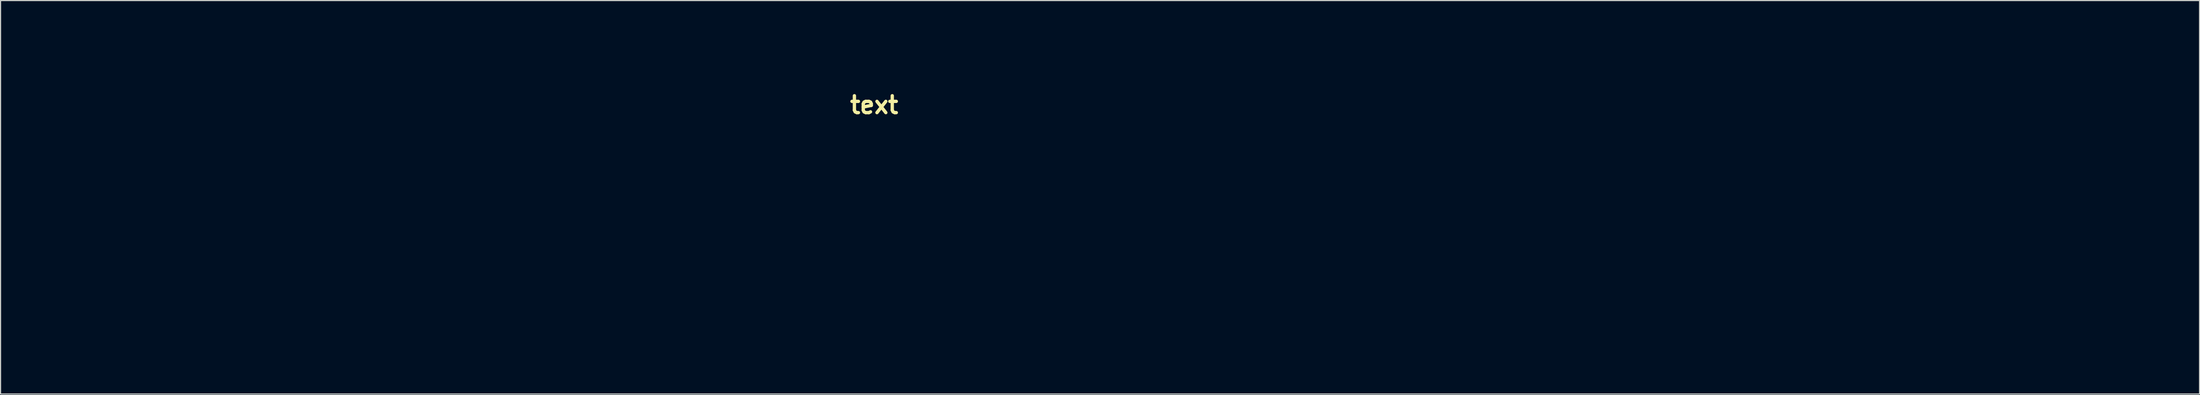
<source format=kicad_pcb>
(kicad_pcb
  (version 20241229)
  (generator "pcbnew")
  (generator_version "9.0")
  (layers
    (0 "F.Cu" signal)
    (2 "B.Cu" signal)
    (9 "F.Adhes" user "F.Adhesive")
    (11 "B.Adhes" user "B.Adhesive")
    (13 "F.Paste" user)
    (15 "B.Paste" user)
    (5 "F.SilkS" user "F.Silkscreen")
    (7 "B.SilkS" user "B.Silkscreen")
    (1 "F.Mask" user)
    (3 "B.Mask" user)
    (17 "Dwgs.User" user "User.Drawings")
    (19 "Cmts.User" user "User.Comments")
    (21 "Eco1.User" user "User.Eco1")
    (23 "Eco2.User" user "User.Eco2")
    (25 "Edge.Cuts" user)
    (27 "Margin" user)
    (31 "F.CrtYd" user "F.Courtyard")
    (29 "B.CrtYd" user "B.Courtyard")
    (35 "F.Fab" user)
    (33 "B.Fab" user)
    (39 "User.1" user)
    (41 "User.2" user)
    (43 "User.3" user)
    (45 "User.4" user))
  (footprint "text"
    (layer "F.Cu")
    (at 75.69 6.418)
    (property "Reference" "text" (at 0 0 0) (layer "F.SilkS") (effects (font (size 1.524 1.524) (thickness 0.3))))
    (attr through_hole)
    (fp_poly (pts (xy 112.548 22.168) (xy 112.656 22.287) (xy 112.679 22.4) (xy 112.634 22.701) (xy 112.457 22.93) (xy 112.202 23.048) (xy 111.923 23.016) (xy 111.875 22.991) (xy 111.731 22.806) (xy 111.714 22.538) (xy 111.826 22.265) (xy 111.829 22.261) (xy 112.022 22.131) (xy 112.304 22.117) (xy 112.548 22.168)) (stroke (width 0.01) (type solid)) (fill yes) (layer "F.Mask"))
    (fp_poly (pts (xy 24.612 -6.367) (xy 24.93 -6.309) (xy 25.053 -6.257) (xy 25.3 -6.095) (xy 25.3 6.605) (xy 25.043 6.702) (xy 24.776 6.759) (xy 24.386 6.79) (xy 23.938 6.795) (xy 23.498 6.776) (xy 23.129 6.734) (xy 22.9 6.671) (xy 22.65 6.544) (xy 22.624 0.235) (xy 22.619 -1.051) (xy 22.616 -2.151) (xy 22.615 -3.081) (xy 22.616 -3.855) (xy 22.62 -4.487) (xy 22.626 -4.993) (xy 22.636 -5.388) (xy 22.65 -5.684) (xy 22.667 -5.899) (xy 22.689 -6.045) (xy 22.715 -6.139) (xy 22.746 -6.194) (xy 22.764 -6.212) (xy 22.973 -6.298) (xy 23.32 -6.358) (xy 23.749 -6.39) (xy 24.199 -6.393) (xy 24.612 -6.367)) (stroke (width 0.01) (type solid)) (fill yes) (layer "F.Mask"))
    (fp_poly (pts (xy 115.704 18.953) (xy 116.066 19.106) (xy 116.272 19.291) (xy 116.375 19.562) (xy 116.385 19.932) (xy 116.303 20.325) (xy 116.264 20.428) (xy 116.083 20.728) (xy 115.779 21.101) (xy 115.391 21.504) (xy 114.957 21.895) (xy 114.852 21.981) (xy 114.454 22.3) (xy 116.013 22.3) (xy 115.981 22.625) (xy 115.95 22.95) (xy 114.625 22.978) (xy 113.3 23.006) (xy 113.3 22.713) (xy 113.341 22.507) (xy 113.482 22.284) (xy 113.754 22) (xy 113.823 21.935) (xy 114.335 21.452) (xy 114.715 21.073) (xy 114.982 20.775) (xy 115.159 20.533) (xy 115.261 20.339) (xy 115.349 19.993) (xy 115.28 19.769) (xy 115.065 19.671) (xy 114.712 19.709) (xy 114.539 19.762) (xy 114.201 19.855) (xy 114.015 19.835) (xy 113.96 19.694) (xy 113.987 19.531) (xy 114.154 19.254) (xy 114.458 19.052) (xy 114.851 18.932) (xy 115.283 18.897) (xy 115.704 18.953)) (stroke (width 0.01) (type solid)) (fill yes) (layer "F.Mask"))
    (fp_poly (pts (xy 110.86 18.909) (xy 111.265 18.93) (xy 111.558 18.959) (xy 111.689 18.991) (xy 111.756 19.072) (xy 111.762 19.208) (xy 111.699 19.418) (xy 111.558 19.719) (xy 111.331 20.13) (xy 111.008 20.669) (xy 110.582 21.355) (xy 110.573 21.371) (xy 109.55 22.999) (xy 109.075 23) (xy 108.798 22.988) (xy 108.627 22.96) (xy 108.6 22.94) (xy 108.652 22.841) (xy 108.797 22.602) (xy 109.018 22.252) (xy 109.296 21.817) (xy 109.6 21.35) (xy 109.918 20.861) (xy 110.194 20.43) (xy 110.412 20.085) (xy 110.553 19.854) (xy 110.6 19.764) (xy 110.508 19.735) (xy 110.262 19.707) (xy 109.91 19.685) (xy 109.775 19.679) (xy 109.371 19.662) (xy 109.128 19.638) (xy 109.008 19.593) (xy 108.971 19.514) (xy 108.977 19.408) (xy 109.015 19.203) (xy 109.097 19.062) (xy 109.256 18.973) (xy 109.525 18.924) (xy 109.934 18.904) (xy 110.387 18.902) (xy 110.86 18.909)) (stroke (width 0.01) (type solid)) (fill yes) (layer "F.Mask"))
    (fp_poly (pts (xy 103.974 18.922) (xy 104.546 18.935) (xy 104.948 18.95) (xy 105.212 18.972) (xy 105.367 19.006) (xy 105.443 19.056) (xy 105.472 19.128) (xy 105.476 19.15) (xy 105.451 19.408) (xy 105.283 19.577) (xy 104.95 19.675) (xy 104.785 19.697) (xy 104.258 19.75) (xy 103.934 21.35) (xy 103.825 21.887) (xy 103.731 22.351) (xy 103.659 22.708) (xy 103.615 22.925) (xy 103.605 22.975) (xy 103.513 22.991) (xy 103.289 22.999) (xy 103.2 23) (xy 102.941 22.985) (xy 102.828 22.921) (xy 102.804 22.776) (xy 102.804 22.775) (xy 102.825 22.598) (xy 102.88 22.268) (xy 102.962 21.827) (xy 103.061 21.318) (xy 103.095 21.15) (xy 103.213 20.551) (xy 103.282 20.124) (xy 103.307 19.849) (xy 103.289 19.705) (xy 103.266 19.677) (xy 103.099 19.63) (xy 102.822 19.604) (xy 102.725 19.602) (xy 102.439 19.584) (xy 102.321 19.505) (xy 102.339 19.322) (xy 102.399 19.154) (xy 102.497 18.895) (xy 103.974 18.922)) (stroke (width 0.01) (type solid)) (fill yes) (layer "F.Mask"))
    (fp_poly (pts (xy 101.757 18.905) (xy 101.914 18.948) (xy 101.919 18.953) (xy 101.919 19.064) (xy 101.883 19.335) (xy 101.817 19.729) (xy 101.727 20.211) (xy 101.686 20.419) (xy 101.519 21.174) (xy 101.353 21.757) (xy 101.176 22.193) (xy 100.975 22.509) (xy 100.737 22.733) (xy 100.528 22.855) (xy 100.084 22.998) (xy 99.563 23.064) (xy 99.064 23.046) (xy 98.842 22.998) (xy 98.532 22.858) (xy 98.314 22.644) (xy 98.185 22.336) (xy 98.141 21.913) (xy 98.179 21.355) (xy 98.294 20.641) (xy 98.374 20.25) (xy 98.65 18.95) (xy 98.988 18.918) (xy 99.24 18.918) (xy 99.399 18.962) (xy 99.406 18.968) (xy 99.417 19.092) (xy 99.391 19.371) (xy 99.331 19.763) (xy 99.244 20.229) (xy 99.24 20.25) (xy 99.113 20.912) (xy 99.042 21.408) (xy 99.028 21.766) (xy 99.072 22.014) (xy 99.176 22.179) (xy 99.328 22.281) (xy 99.689 22.352) (xy 100.053 22.257) (xy 100.353 22.018) (xy 100.426 21.914) (xy 100.509 21.708) (xy 100.614 21.353) (xy 100.727 20.899) (xy 100.836 20.394) (xy 100.841 20.364) (xy 100.939 19.88) (xy 101.029 19.465) (xy 101.101 19.161) (xy 101.147 19.006) (xy 101.15 18.999) (xy 101.281 18.937) (xy 101.515 18.903) (xy 101.757 18.905)) (stroke (width 0.01) (type solid)) (fill yes) (layer "F.Mask"))
    (fp_poly (pts (xy 107.894 18.917) (xy 108.097 18.96) (xy 108.144 18.99) (xy 108.146 19.118) (xy 108.112 19.4) (xy 108.048 19.796) (xy 107.963 20.266) (xy 107.861 20.768) (xy 107.752 21.262) (xy 107.749 21.275) (xy 107.745 21.448) (xy 107.876 21.499) (xy 107.904 21.5) (xy 108.046 21.533) (xy 108.09 21.668) (xy 108.081 21.825) (xy 108.023 22.067) (xy 107.882 22.17) (xy 107.819 22.183) (xy 107.668 22.219) (xy 107.576 22.308) (xy 107.508 22.503) (xy 107.456 22.725) (xy 107.394 22.903) (xy 107.268 22.981) (xy 107.012 23) (xy 106.989 23) (xy 106.582 23) (xy 106.65 22.6) (xy 106.718 22.2) (xy 105.1 22.2) (xy 105.1 21.861) (xy 105.124 21.685) (xy 105.205 21.472) (xy 105.217 21.451) (xy 105.959 21.451) (xy 106.087 21.489) (xy 106.379 21.5) (xy 106.882 21.5) (xy 107.003 20.775) (xy 107.067 20.412) (xy 107.125 20.128) (xy 107.165 19.981) (xy 107.168 19.975) (xy 107.172 19.901) (xy 107.165 19.9) (xy 107.087 19.973) (xy 106.918 20.17) (xy 106.691 20.452) (xy 106.594 20.575) (xy 106.342 20.899) (xy 106.131 21.172) (xy 105.995 21.347) (xy 105.973 21.375) (xy 105.959 21.451) (xy 105.217 21.451) (xy 105.356 21.201) (xy 105.592 20.85) (xy 105.926 20.399) (xy 106.372 19.826) (xy 106.571 19.575) (xy 106.835 19.25) (xy 107.021 19.05) (xy 107.178 18.946) (xy 107.352 18.906) (xy 107.59 18.9) (xy 107.598 18.9) (xy 107.894 18.917)) (stroke (width 0.01) (type solid)) (fill yes) (layer "F.Mask"))
    (fp_poly (pts (xy 4.197 -6.385) (xy 4.584 -6.348) (xy 4.841 -6.286) (xy 4.845 -6.284) (xy 5.1 -6.168) (xy 5.1 0.154) (xy 5.1 1.442) (xy 5.098 2.544) (xy 5.096 3.476) (xy 5.091 4.252) (xy 5.085 4.886) (xy 5.076 5.394) (xy 5.065 5.789) (xy 5.05 6.087) (xy 5.031 6.302) (xy 5.009 6.449) (xy 4.982 6.542) (xy 4.951 6.597) (xy 4.935 6.613) (xy 4.737 6.692) (xy 4.397 6.75) (xy 3.976 6.784) (xy 3.53 6.79) (xy 3.117 6.766) (xy 2.797 6.711) (xy 2.785 6.707) (xy 2.4 6.592) (xy 2.4 1.1) (xy -2.5 1.1) (xy -2.5 6.605) (xy -2.757 6.702) (xy -3.024 6.759) (xy -3.414 6.79) (xy -3.862 6.795) (xy -4.302 6.776) (xy -4.671 6.734) (xy -4.9 6.671) (xy -5.15 6.544) (xy -5.176 0.235) (xy -5.181 -1.051) (xy -5.184 -2.151) (xy -5.185 -3.081) (xy -5.184 -3.855) (xy -5.18 -4.487) (xy -5.174 -4.993) (xy -5.164 -5.388) (xy -5.15 -5.684) (xy -5.133 -5.899) (xy -5.111 -6.045) (xy -5.085 -6.139) (xy -5.054 -6.194) (xy -5.036 -6.212) (xy -4.851 -6.283) (xy -4.523 -6.339) (xy -4.109 -6.375) (xy -3.665 -6.39) (xy -3.249 -6.382) (xy -2.916 -6.347) (xy -2.777 -6.311) (xy -2.504 -6.206) (xy -2.45 -1.25) (xy -0.025 -1.223) (xy 2.4 -1.196) (xy 2.4 -6.168) (xy 2.655 -6.284) (xy 2.907 -6.346) (xy 3.292 -6.384) (xy 3.744 -6.397) (xy 4.197 -6.385)) (stroke (width 0.01) (type solid)) (fill yes) (layer "F.Mask"))
    (fp_poly (pts (xy -19.4 -6.395) (xy -19.025 -6.374) (xy -18.788 -6.33) (xy -18.659 -6.253) (xy -18.607 -6.135) (xy -18.6 -6.034) (xy -18.644 -5.895) (xy -18.769 -5.597) (xy -18.966 -5.161) (xy -19.225 -4.606) (xy -19.538 -3.952) (xy -19.894 -3.22) (xy -20.285 -2.429) (xy -20.5 -1.997) (xy -22.4 1.795) (xy -22.4 4.135) (xy -22.401 4.89) (xy -22.407 5.469) (xy -22.418 5.897) (xy -22.436 6.2) (xy -22.463 6.401) (xy -22.501 6.526) (xy -22.551 6.6) (xy -22.565 6.613) (xy -22.76 6.69) (xy -23.096 6.745) (xy -23.514 6.777) (xy -23.956 6.784) (xy -24.364 6.765) (xy -24.681 6.717) (xy -24.8 6.676) (xy -25.05 6.544) (xy -25.1 4.097) (xy -25.15 1.65) (xy -26.971 -1.95) (xy -27.372 -2.745) (xy -27.748 -3.492) (xy -28.087 -4.171) (xy -28.38 -4.761) (xy -28.617 -5.242) (xy -28.787 -5.593) (xy -28.88 -5.793) (xy -28.892 -5.822) (xy -28.946 -6.042) (xy -28.903 -6.2) (xy -28.743 -6.305) (xy -28.442 -6.367) (xy -27.98 -6.395) (xy -27.554 -6.4) (xy -27.036 -6.395) (xy -26.678 -6.375) (xy -26.44 -6.337) (xy -26.284 -6.274) (xy -26.215 -6.225) (xy -26.122 -6.091) (xy -25.964 -5.802) (xy -25.755 -5.39) (xy -25.509 -4.884) (xy -25.239 -4.315) (xy -24.961 -3.711) (xy -24.686 -3.103) (xy -24.431 -2.521) (xy -24.207 -1.996) (xy -24.03 -1.556) (xy -23.945 -1.325) (xy -23.835 -1.038) (xy -23.745 -0.849) (xy -23.705 -0.802) (xy -23.648 -0.89) (xy -23.539 -1.124) (xy -23.397 -1.463) (xy -23.313 -1.677) (xy -23.154 -2.072) (xy -22.934 -2.594) (xy -22.675 -3.19) (xy -22.402 -3.807) (xy -22.238 -4.169) (xy -22 -4.697) (xy -21.793 -5.164) (xy -21.633 -5.54) (xy -21.531 -5.792) (xy -21.5 -5.887) (xy -21.428 -6.011) (xy -21.254 -6.179) (xy -21.237 -6.193) (xy -21.089 -6.289) (xy -20.909 -6.35) (xy -20.651 -6.384) (xy -20.27 -6.398) (xy -19.945 -6.4) (xy -19.4 -6.395)) (stroke (width 0.01) (type solid)) (fill yes) (layer "F.Mask"))
    (fp_poly (pts (xy -67.15 -6.382) (xy -66.724 -6.325) (xy -66.455 -6.221) (xy -66.323 -6.064) (xy -66.3 -5.932) (xy -66.31 -5.821) (xy -66.345 -5.693) (xy -66.417 -5.533) (xy -66.537 -5.327) (xy -66.715 -5.057) (xy -66.96 -4.71) (xy -67.285 -4.269) (xy -67.7 -3.721) (xy -68.215 -3.048) (xy -68.84 -2.236) (xy -68.976 -2.06) (xy -69.287 -1.655) (xy -69.595 -1.25) (xy -69.852 -0.909) (xy -69.942 -0.787) (xy -70.282 -0.324) (xy -68.437 2.452) (xy -67.866 3.313) (xy -67.395 4.024) (xy -67.016 4.601) (xy -66.719 5.062) (xy -66.494 5.422) (xy -66.331 5.697) (xy -66.22 5.905) (xy -66.151 6.06) (xy -66.115 6.181) (xy -66.101 6.282) (xy -66.1 6.336) (xy -66.144 6.529) (xy -66.289 6.664) (xy -66.56 6.748) (xy -66.98 6.786) (xy -67.569 6.786) (xy -67.687 6.783) (xy -68.153 6.766) (xy -68.463 6.743) (xy -68.662 6.702) (xy -68.794 6.631) (xy -68.903 6.517) (xy -68.969 6.433) (xy -69.079 6.276) (xy -69.282 5.971) (xy -69.564 5.541) (xy -69.91 5.008) (xy -70.306 4.393) (xy -70.738 3.718) (xy -71.106 3.14) (xy -73 0.163) (xy -73 6.605) (xy -73.257 6.702) (xy -73.524 6.759) (xy -73.914 6.79) (xy -74.362 6.795) (xy -74.802 6.776) (xy -75.171 6.734) (xy -75.4 6.671) (xy -75.65 6.544) (xy -75.676 0.235) (xy -75.681 -1.051) (xy -75.684 -2.151) (xy -75.685 -3.081) (xy -75.684 -3.855) (xy -75.68 -4.487) (xy -75.674 -4.993) (xy -75.664 -5.388) (xy -75.65 -5.684) (xy -75.633 -5.899) (xy -75.611 -6.045) (xy -75.585 -6.139) (xy -75.554 -6.194) (xy -75.536 -6.212) (xy -75.351 -6.284) (xy -75.023 -6.339) (xy -74.609 -6.375) (xy -74.165 -6.39) (xy -73.749 -6.382) (xy -73.416 -6.347) (xy -73.277 -6.311) (xy -73.003 -6.206) (xy -72.95 -0.481) (xy -72.348 -1.366) (xy -71.648 -2.391) (xy -71.052 -3.263) (xy -70.549 -3.993) (xy -70.133 -4.593) (xy -69.794 -5.076) (xy -69.523 -5.453) (xy -69.313 -5.738) (xy -69.153 -5.942) (xy -69.037 -6.077) (xy -68.989 -6.125) (xy -68.839 -6.254) (xy -68.69 -6.335) (xy -68.49 -6.379) (xy -68.19 -6.397) (xy -67.753 -6.4) (xy -67.15 -6.382)) (stroke (width 0.01) (type solid)) (fill yes) (layer "F.Mask"))
    (fp_poly (pts (xy -45.433 -6.391) (xy -44.943 -6.374) (xy -44.578 -6.339) (xy -44.321 -6.279) (xy -44.153 -6.191) (xy -44.055 -6.067) (xy -44.009 -5.905) (xy -43.997 -5.697) (xy -43.999 -5.439) (xy -44 -5.3) (xy -44 -4.971) (xy -44.014 -4.716) (xy -44.066 -4.524) (xy -44.176 -4.386) (xy -44.368 -4.294) (xy -44.663 -4.239) (xy -45.085 -4.211) (xy -45.654 -4.201) (xy -46.393 -4.2) (xy -46.683 -4.2) (xy -49 -4.2) (xy -49 -1.1) (xy -47.007 -1.1) (xy -46.271 -1.1) (xy -45.71 -1.091) (xy -45.302 -1.063) (xy -45.022 -1.006) (xy -44.845 -0.908) (xy -44.749 -0.759) (xy -44.708 -0.547) (xy -44.7 -0.262) (xy -44.7 -0.058) (xy -44.702 0.278) (xy -44.723 0.534) (xy -44.788 0.721) (xy -44.921 0.85) (xy -45.145 0.931) (xy -45.484 0.976) (xy -45.962 0.996) (xy -46.603 1) (xy -47.033 1) (xy -49 1) (xy -49 4.6) (xy -46.612 4.6) (xy -45.823 4.602) (xy -45.212 4.61) (xy -44.759 4.624) (xy -44.442 4.646) (xy -44.24 4.676) (xy -44.133 4.717) (xy -44.112 4.735) (xy -44.015 4.954) (xy -43.945 5.296) (xy -43.914 5.689) (xy -43.928 6.056) (xy -43.941 6.139) (xy -43.974 6.312) (xy -44.013 6.452) (xy -44.079 6.562) (xy -44.192 6.646) (xy -44.371 6.707) (xy -44.636 6.749) (xy -45.006 6.776) (xy -45.503 6.79) (xy -46.145 6.795) (xy -46.952 6.795) (xy -47.682 6.794) (xy -48.492 6.79) (xy -49.245 6.781) (xy -49.916 6.768) (xy -50.479 6.753) (xy -50.911 6.734) (xy -51.184 6.714) (xy -51.268 6.699) (xy -51.491 6.544) (xy -51.593 6.412) (xy -51.619 6.269) (xy -51.641 5.94) (xy -51.66 5.425) (xy -51.675 4.719) (xy -51.686 3.822) (xy -51.694 2.731) (xy -51.699 1.444) (xy -51.7 0.168) (xy -51.7 -1.084) (xy -51.699 -2.151) (xy -51.697 -3.049) (xy -51.693 -3.793) (xy -51.687 -4.399) (xy -51.678 -4.882) (xy -51.666 -5.258) (xy -51.651 -5.541) (xy -51.632 -5.748) (xy -51.608 -5.894) (xy -51.579 -5.994) (xy -51.545 -6.064) (xy -51.509 -6.114) (xy -51.318 -6.35) (xy -47.846 -6.379) (xy -46.866 -6.388) (xy -46.068 -6.393) (xy -45.433 -6.391)) (stroke (width 0.01) (type solid)) (fill yes) (layer "F.Mask"))
    (fp_poly (pts (xy 73.458 -6.4) (xy 74.07 -6.391) (xy 74.538 -6.369) (xy 74.882 -6.327) (xy 75.121 -6.26) (xy 75.274 -6.162) (xy 75.359 -6.027) (xy 75.396 -5.849) (xy 75.404 -5.623) (xy 75.4 -5.343) (xy 75.4 -5.274) (xy 75.401 -4.952) (xy 75.388 -4.701) (xy 75.339 -4.513) (xy 75.233 -4.379) (xy 75.046 -4.29) (xy 74.756 -4.237) (xy 74.341 -4.21) (xy 73.778 -4.2) (xy 73.046 -4.2) (xy 72.743 -4.2) (xy 70.4 -4.2) (xy 70.4 -1.1) (xy 72.446 -1.1) (xy 73.174 -1.1) (xy 73.725 -1.094) (xy 74.125 -1.069) (xy 74.398 -1.014) (xy 74.568 -0.917) (xy 74.659 -0.766) (xy 74.695 -0.55) (xy 74.701 -0.257) (xy 74.7 -0.014) (xy 74.699 0.31) (xy 74.679 0.556) (xy 74.616 0.735) (xy 74.487 0.859) (xy 74.268 0.936) (xy 73.933 0.978) (xy 73.46 0.996) (xy 72.825 1) (xy 72.393 1) (xy 70.4 1) (xy 70.4 4.6) (xy 72.788 4.6) (xy 73.55 4.601) (xy 74.137 4.607) (xy 74.573 4.617) (xy 74.882 4.635) (xy 75.089 4.661) (xy 75.219 4.698) (xy 75.295 4.746) (xy 75.313 4.765) (xy 75.399 4.991) (xy 75.443 5.407) (xy 75.45 5.723) (xy 75.443 6.138) (xy 75.414 6.4) (xy 75.353 6.559) (xy 75.256 6.658) (xy 75.099 6.7) (xy 74.772 6.735) (xy 74.303 6.763) (xy 73.721 6.784) (xy 73.056 6.799) (xy 72.337 6.808) (xy 71.592 6.809) (xy 70.851 6.804) (xy 70.143 6.793) (xy 69.497 6.774) (xy 68.941 6.75) (xy 68.506 6.718) (xy 68.221 6.68) (xy 68.14 6.657) (xy 67.907 6.516) (xy 67.768 6.36) (xy 67.765 6.353) (xy 67.752 6.222) (xy 67.741 5.912) (xy 67.731 5.445) (xy 67.723 4.842) (xy 67.716 4.125) (xy 67.71 3.315) (xy 67.706 2.433) (xy 67.703 1.501) (xy 67.701 0.54) (xy 67.701 -0.428) (xy 67.703 -1.382) (xy 67.706 -2.301) (xy 67.71 -3.163) (xy 67.716 -3.948) (xy 67.723 -4.632) (xy 67.732 -5.196) (xy 67.742 -5.617) (xy 67.753 -5.874) (xy 67.762 -5.946) (xy 67.819 -6.062) (xy 67.905 -6.157) (xy 68.039 -6.233) (xy 68.24 -6.291) (xy 68.528 -6.334) (xy 68.923 -6.364) (xy 69.444 -6.383) (xy 70.111 -6.394) (xy 70.943 -6.399) (xy 71.73 -6.4) (xy 72.684 -6.401) (xy 73.458 -6.4)) (stroke (width 0.01) (type solid)) (fill yes) (layer "F.Mask"))
    (fp_poly (pts (xy 43.608 -6.387) (xy 43.981 -6.334) (xy 44.231 -6.255) (xy 44.274 -6.225) (xy 44.384 -6.058) (xy 44.529 -5.738) (xy 44.694 -5.303) (xy 44.844 -4.85) (xy 45.014 -4.307) (xy 45.189 -3.754) (xy 45.346 -3.264) (xy 45.447 -2.95) (xy 45.534 -2.681) (xy 45.672 -2.251) (xy 45.85 -1.689) (xy 46.06 -1.025) (xy 46.293 -0.288) (xy 46.539 0.493) (xy 46.659 0.875) (xy 46.896 1.622) (xy 47.117 2.301) (xy 47.314 2.889) (xy 47.48 3.365) (xy 47.607 3.709) (xy 47.687 3.896) (xy 47.711 3.925) (xy 47.769 3.801) (xy 47.866 3.533) (xy 47.985 3.165) (xy 48.05 2.95) (xy 48.149 2.624) (xy 48.298 2.141) (xy 48.486 1.532) (xy 48.704 0.831) (xy 48.942 0.07) (xy 49.188 -0.717) (xy 49.262 -0.95) (xy 49.514 -1.753) (xy 49.765 -2.553) (xy 50.004 -3.312) (xy 50.219 -3.997) (xy 50.398 -4.57) (xy 50.532 -4.997) (xy 50.556 -5.073) (xy 50.756 -5.668) (xy 50.926 -6.068) (xy 51.065 -6.275) (xy 51.097 -6.298) (xy 51.277 -6.343) (xy 51.601 -6.378) (xy 52.014 -6.397) (xy 52.236 -6.4) (xy 52.723 -6.391) (xy 53.048 -6.362) (xy 53.248 -6.307) (xy 53.343 -6.243) (xy 53.467 -6.108) (xy 53.5 -6.059) (xy 53.468 -5.921) (xy 53.372 -5.601) (xy 53.214 -5.106) (xy 52.998 -4.442) (xy 52.725 -3.616) (xy 52.398 -2.635) (xy 52.018 -1.505) (xy 51.588 -0.233) (xy 51.152 1.05) (xy 50.819 2.029) (xy 50.505 2.955) (xy 50.214 3.809) (xy 49.955 4.574) (xy 49.732 5.232) (xy 49.552 5.764) (xy 49.421 6.153) (xy 49.345 6.381) (xy 49.328 6.433) (xy 49.198 6.606) (xy 49.03 6.708) (xy 48.814 6.75) (xy 48.456 6.778) (xy 48.005 6.793) (xy 47.51 6.795) (xy 47.018 6.785) (xy 46.579 6.763) (xy 46.241 6.729) (xy 46.053 6.684) (xy 46.05 6.682) (xy 45.882 6.586) (xy 45.822 6.549) (xy 45.785 6.453) (xy 45.692 6.186) (xy 45.547 5.767) (xy 45.359 5.216) (xy 45.133 4.552) (xy 44.876 3.793) (xy 44.594 2.96) (xy 44.294 2.071) (xy 43.981 1.144) (xy 43.664 0.201) (xy 43.347 -0.742) (xy 43.038 -1.663) (xy 42.743 -2.546) (xy 42.467 -3.369) (xy 42.219 -4.114) (xy 42.003 -4.763) (xy 41.827 -5.295) (xy 41.698 -5.692) (xy 41.62 -5.935) (xy 41.6 -6.005) (xy 41.663 -6.133) (xy 41.757 -6.243) (xy 41.946 -6.327) (xy 42.279 -6.384) (xy 42.703 -6.412) (xy 43.164 -6.413) (xy 43.608 -6.387)) (stroke (width 0.01) (type solid)) (fill yes) (layer "F.Mask")))
  (gr_rect
    (start -3 -3)
    (end 195.08 32.487)
    (stroke (width 0.1) (type default))
    (fill no)
    (layer "Edge.Cuts")))
</source>
